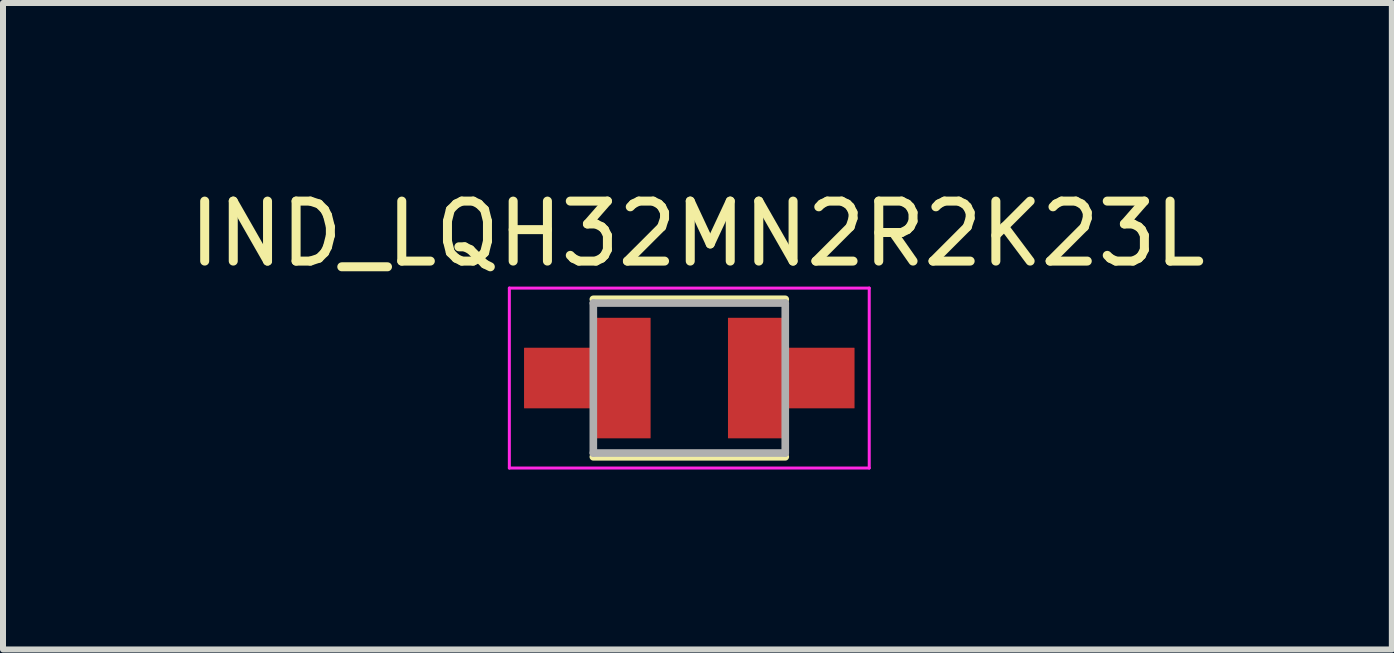
<source format=kicad_pcb>
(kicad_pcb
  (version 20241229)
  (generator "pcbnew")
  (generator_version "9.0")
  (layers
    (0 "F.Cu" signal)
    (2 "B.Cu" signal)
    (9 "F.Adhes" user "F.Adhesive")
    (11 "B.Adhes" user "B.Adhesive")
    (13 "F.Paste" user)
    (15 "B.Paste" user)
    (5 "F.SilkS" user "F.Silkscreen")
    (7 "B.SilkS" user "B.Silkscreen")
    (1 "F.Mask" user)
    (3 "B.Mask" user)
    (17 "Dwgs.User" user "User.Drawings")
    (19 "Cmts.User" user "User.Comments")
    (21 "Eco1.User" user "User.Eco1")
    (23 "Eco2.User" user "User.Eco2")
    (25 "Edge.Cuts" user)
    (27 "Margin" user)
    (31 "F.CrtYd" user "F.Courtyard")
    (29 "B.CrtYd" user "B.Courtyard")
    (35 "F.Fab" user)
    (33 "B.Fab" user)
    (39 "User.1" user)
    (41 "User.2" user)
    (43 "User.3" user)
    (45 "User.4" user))
  (footprint "IND_LQH32MN2R2K23L"
    (layer "F.Cu")
    (at 8.442 3.253)
    (property "Reference" "IND_LQH32MN2R2K23L" (at 0.135 -2.405 0) (layer "F.SilkS") (effects (font (size 1 1) (thickness 0.15))))
    (attr smd)
    (fp_poly (pts (xy -2.85 -0.6) (xy -1.75 -0.6) (xy -1.75 -1.1) (xy -0.55 -1.1) (xy -0.55 1.1) (xy -1.75 1.1) (xy -1.75 0.6) (xy -2.85 0.6)) (stroke (width 0.01) (type solid)) (fill yes) (layer "F.Mask"))
    (fp_poly (pts (xy 0.55 -1.1) (xy 1.75 -1.1) (xy 1.75 -0.6) (xy 2.85 -0.6) (xy 2.85 0.6) (xy 1.75 0.6) (xy 1.75 1.1) (xy 0.55 1.1)) (stroke (width 0.01) (type solid)) (fill yes) (layer "F.Mask"))
    (fp_line (start -1.6 -1.313) (end 1.6 -1.313) (stroke (width 0.127) (type solid)) (layer "F.SilkS"))
    (fp_line (start 1.6 1.313) (end -1.6 1.313) (stroke (width 0.127) (type solid)) (layer "F.SilkS"))
    (fp_poly (pts (xy -1.65 -1) (xy -0.65 -1) (xy -0.65 1) (xy -1.65 1) (xy -1.65 0.5) (xy -2.75 0.5) (xy -2.75 -0.5) (xy -1.65 -0.5)) (stroke (width 0.01) (type solid)) (fill yes) (layer "F.Paste"))
    (fp_poly (pts (xy 1.65 1) (xy 0.65 1) (xy 0.65 -1) (xy 1.65 -1) (xy 1.65 -0.5) (xy 2.75 -0.5) (xy 2.75 0.5) (xy 1.65 0.5)) (stroke (width 0.01) (type solid)) (fill yes) (layer "F.Paste"))
    (fp_line (start -3 -1.5) (end 3 -1.5) (stroke (width 0.05) (type solid)) (layer "F.CrtYd"))
    (fp_line (start -3 1.5) (end -3 -1.5) (stroke (width 0.05) (type solid)) (layer "F.CrtYd"))
    (fp_line (start 3 -1.5) (end 3 1.5) (stroke (width 0.05) (type solid)) (layer "F.CrtYd"))
    (fp_line (start 3 1.5) (end -3 1.5) (stroke (width 0.05) (type solid)) (layer "F.CrtYd"))
    (fp_line (start -1.6 -1.25) (end 1.6 -1.25) (stroke (width 0.127) (type solid)) (layer "F.Fab"))
    (fp_line (start -1.6 1.25) (end -1.6 -1.25) (stroke (width 0.127) (type solid)) (layer "F.Fab"))
    (fp_line (start 1.6 -1.25) (end 1.6 1.25) (stroke (width 0.127) (type solid)) (layer "F.Fab"))
    (fp_line (start 1.6 1.25) (end -1.6 1.25) (stroke (width 0.127) (type solid)) (layer "F.Fab"))
    (pad "1" smd custom (at -1.15 0) (size 1 2) (layers "F.Cu") (options (anchor rect)) (primitives (gr_poly (pts (xy -0.5 -1) (xy 0.5 -1) (xy 0.5 1) (xy -0.5 1) (xy -0.5 0.5) (xy -1.6 0.5) (xy -1.6 -0.5) (xy -0.5 -0.5)) (width 0.01) (fill yes))))
    (pad "2" smd custom (at 1.15 0) (size 1 2) (layers "F.Cu") (options (anchor rect)) (primitives (gr_poly (pts (xy 0.5 1) (xy -0.5 1) (xy -0.5 -1) (xy 0.5 -1) (xy 0.5 -0.5) (xy 1.6 -0.5) (xy 1.6 0.5) (xy 0.5 0.5)) (width 0.01) (fill yes)))))
  (gr_rect
    (start -3 -3)
    (end 20.155 7.778)
    (stroke (width 0.1) (type default))
    (fill no)
    (layer "Edge.Cuts")))
</source>
